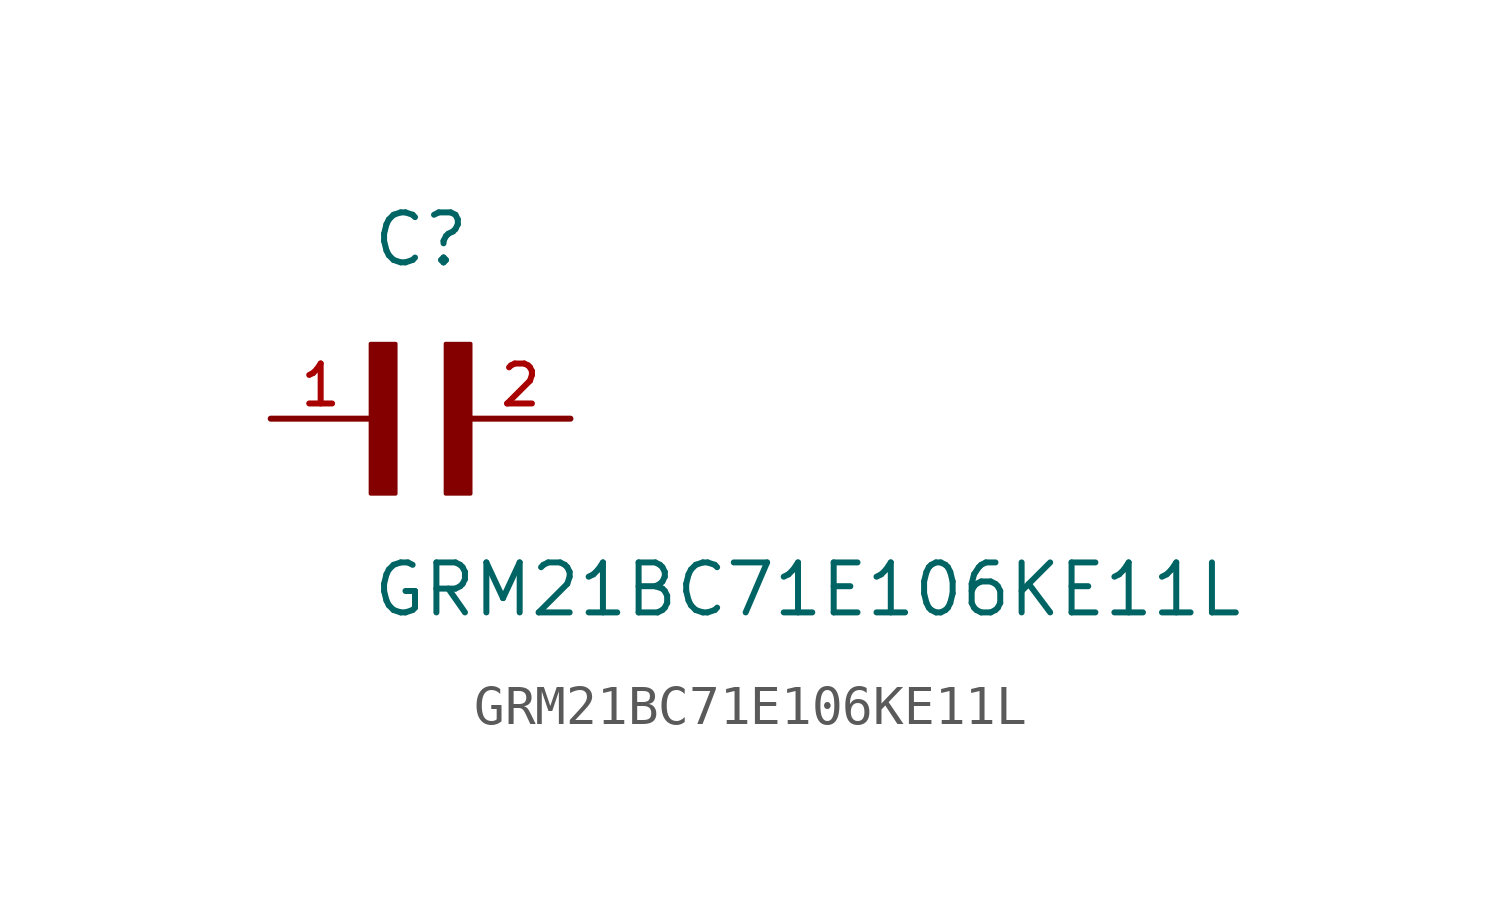
<source format=kicad_sym>
(kicad_symbol_lib
  (version 20211014)
  (generator kicad_symbol_editor)
  (symbol "GRM21BC71E106KE11L"
    (pin_names
      (offset 1.016))
    (property "Reference" "C"
      (at 0.0 3.811 0)
      (effects (font (size 1.27 1.27)) (justify bottom left)))
    (property "Value" "GRM21BC71E106KE11L"
      (at 0.0 -5.088 0)
      (effects (font (size 1.27 1.27)) (justify bottom left)))
    (symbol "GRM21BC71E106KE11L_0_0"
      (rectangle (start 0.0 -1.907) (end 0.635 1.905) (stroke (width 0.1)) (fill (type outline)))
      (rectangle (start 1.907 -1.907) (end 2.54 1.905) (stroke (width 0.1)) (fill (type outline)))
      (pin passive line (at 5.08 0.0 180.0) (length 2.54) (name "~" (effects (font (size 1.016 1.016)))) (number "2" (effects (font (size 1.016 1.016)))))
      (pin passive line (at -2.54 0.0 0) (length 2.54) (name "~" (effects (font (size 1.016 1.016)))) (number "1" (effects (font (size 1.016 1.016))))))))
</source>
